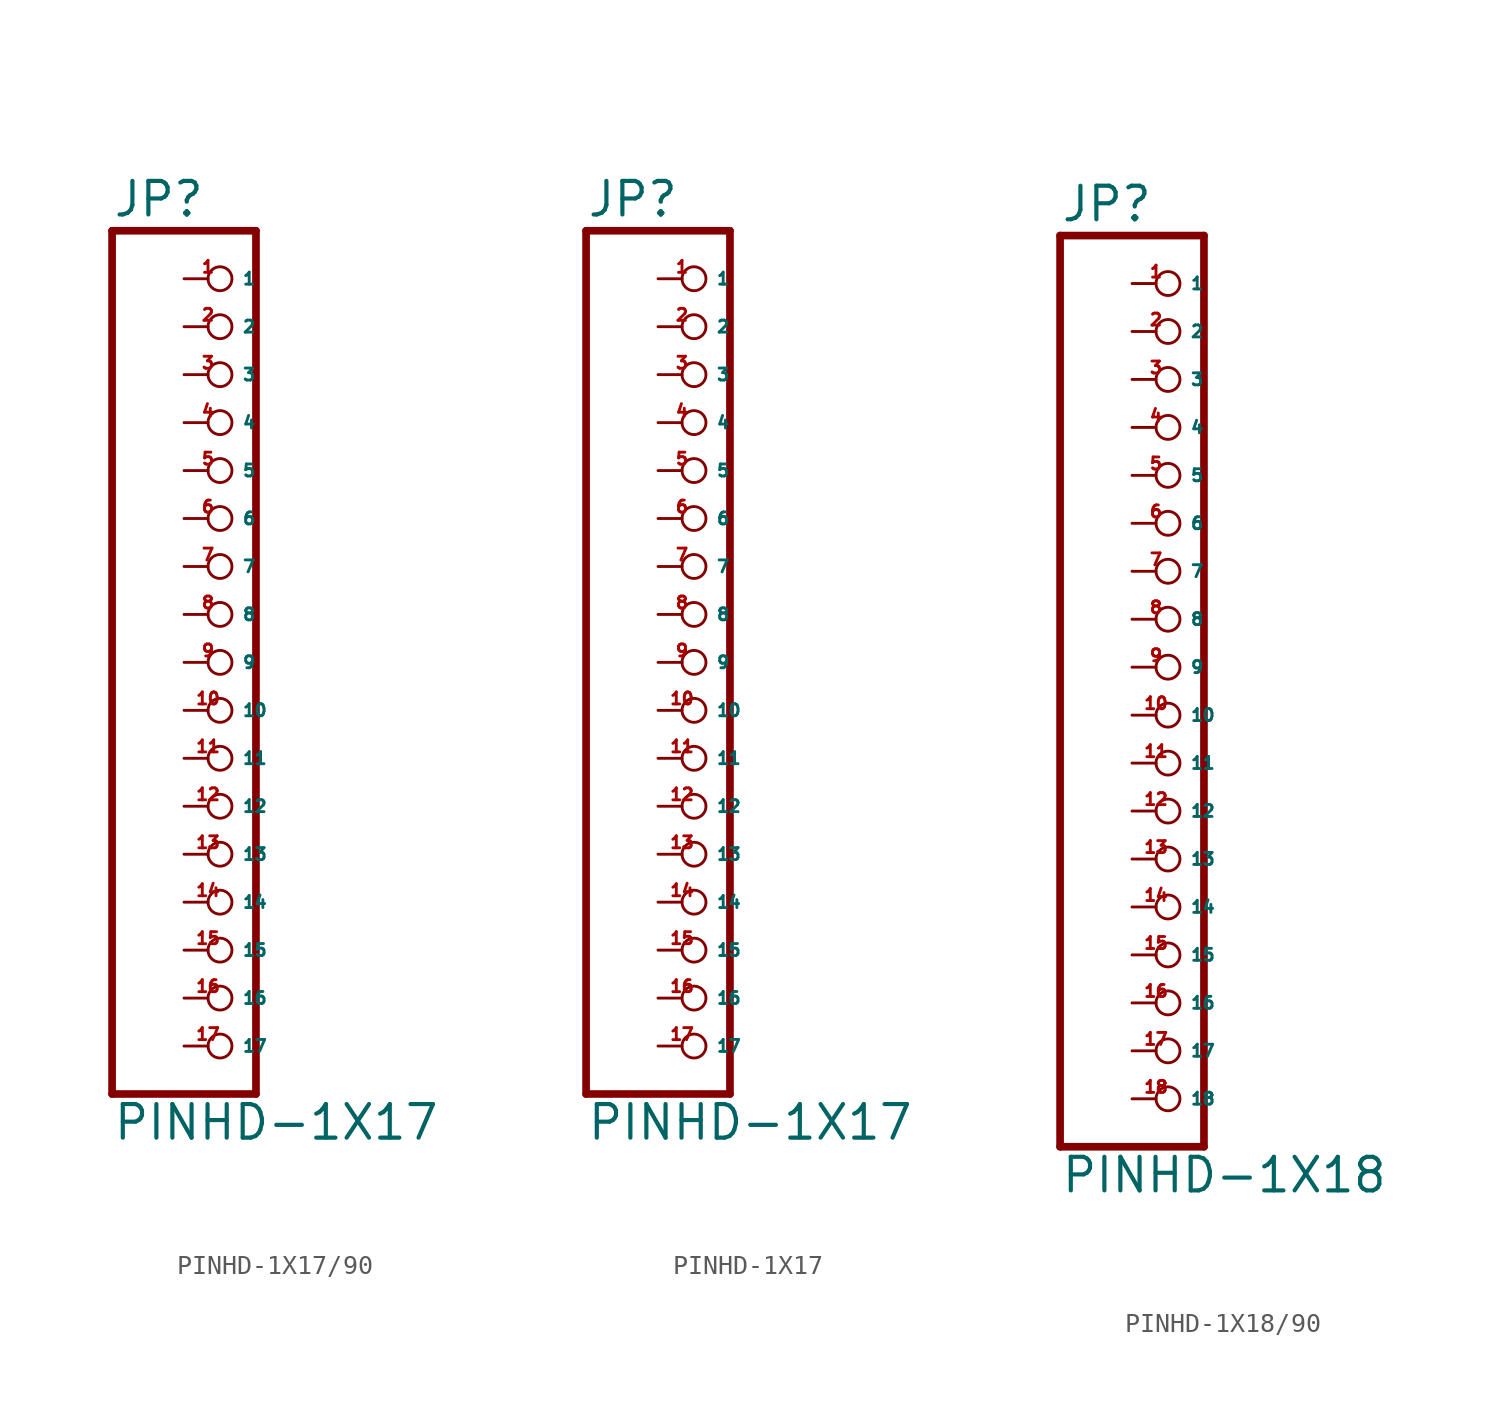
<source format=kicad_sym>
(kicad_symbol_lib
  (version 20220914)
  (generator Eagle2Kicad)
  (symbol "PINHD-1X17/90"
    (property "Reference" "JP"
      (at -6.35 20.955 0)
      (effects (font (size 1.778 1.778) (thickness 0.22)) (justify left bottom)))
    (property "Value" "PINHD-1X17"
      (at -6.35 -27.94 0)
      (effects (font (size 1.778 1.778) (thickness 0.22)) (justify left bottom)))
    (polyline
      (pts (xy -6.35 -25.4) (xy 1.27 -25.4))
      (stroke (width 0.406) (type default))
      (fill (type none)))
    (polyline
      (pts (xy 1.27 -25.4) (xy 1.27 20.32))
      (stroke (width 0.406) (type default))
      (fill (type none)))
    (polyline
      (pts (xy 1.27 20.32) (xy -6.35 20.32))
      (stroke (width 0.406) (type default))
      (fill (type none)))
    (polyline
      (pts (xy -6.35 20.32) (xy -6.35 -25.4))
      (stroke (width 0.406) (type default))
      (fill (type none)))
    (pin passive inverted
      (at -2.54 17.78 0)
      (length 2.54)
      (name "1" (effects (font (size 0.635 0.635) (thickness 0.08)) (justify left bottom)))
      (number "1" (effects (font (size 0.635 0.635) (thickness 0.08)) (justify left bottom))))
    (pin passive inverted
      (at -2.54 15.24 0)
      (length 2.54)
      (name "2" (effects (font (size 0.635 0.635) (thickness 0.08)) (justify left bottom)))
      (number "2" (effects (font (size 0.635 0.635) (thickness 0.08)) (justify left bottom))))
    (pin passive inverted
      (at -2.54 12.7 0)
      (length 2.54)
      (name "3" (effects (font (size 0.635 0.635) (thickness 0.08)) (justify left bottom)))
      (number "3" (effects (font (size 0.635 0.635) (thickness 0.08)) (justify left bottom))))
    (pin passive inverted
      (at -2.54 10.16 0)
      (length 2.54)
      (name "4" (effects (font (size 0.635 0.635) (thickness 0.08)) (justify left bottom)))
      (number "4" (effects (font (size 0.635 0.635) (thickness 0.08)) (justify left bottom))))
    (pin passive inverted
      (at -2.54 7.62 0)
      (length 2.54)
      (name "5" (effects (font (size 0.635 0.635) (thickness 0.08)) (justify left bottom)))
      (number "5" (effects (font (size 0.635 0.635) (thickness 0.08)) (justify left bottom))))
    (pin passive inverted
      (at -2.54 5.08 0)
      (length 2.54)
      (name "6" (effects (font (size 0.635 0.635) (thickness 0.08)) (justify left bottom)))
      (number "6" (effects (font (size 0.635 0.635) (thickness 0.08)) (justify left bottom))))
    (pin passive inverted
      (at -2.54 2.54 0)
      (length 2.54)
      (name "7" (effects (font (size 0.635 0.635) (thickness 0.08)) (justify left bottom)))
      (number "7" (effects (font (size 0.635 0.635) (thickness 0.08)) (justify left bottom))))
    (pin passive inverted
      (at -2.54 0 0)
      (length 2.54)
      (name "8" (effects (font (size 0.635 0.635) (thickness 0.08)) (justify left bottom)))
      (number "8" (effects (font (size 0.635 0.635) (thickness 0.08)) (justify left bottom))))
    (pin passive inverted
      (at -2.54 -2.54 0)
      (length 2.54)
      (name "9" (effects (font (size 0.635 0.635) (thickness 0.08)) (justify left bottom)))
      (number "9" (effects (font (size 0.635 0.635) (thickness 0.08)) (justify left bottom))))
    (pin passive inverted
      (at -2.54 -5.08 0)
      (length 2.54)
      (name "10" (effects (font (size 0.635 0.635) (thickness 0.08)) (justify left bottom)))
      (number "10" (effects (font (size 0.635 0.635) (thickness 0.08)) (justify left bottom))))
    (pin passive inverted
      (at -2.54 -7.62 0)
      (length 2.54)
      (name "11" (effects (font (size 0.635 0.635) (thickness 0.08)) (justify left bottom)))
      (number "11" (effects (font (size 0.635 0.635) (thickness 0.08)) (justify left bottom))))
    (pin passive inverted
      (at -2.54 -10.16 0)
      (length 2.54)
      (name "12" (effects (font (size 0.635 0.635) (thickness 0.08)) (justify left bottom)))
      (number "12" (effects (font (size 0.635 0.635) (thickness 0.08)) (justify left bottom))))
    (pin passive inverted
      (at -2.54 -12.7 0)
      (length 2.54)
      (name "13" (effects (font (size 0.635 0.635) (thickness 0.08)) (justify left bottom)))
      (number "13" (effects (font (size 0.635 0.635) (thickness 0.08)) (justify left bottom))))
    (pin passive inverted
      (at -2.54 -15.24 0)
      (length 2.54)
      (name "14" (effects (font (size 0.635 0.635) (thickness 0.08)) (justify left bottom)))
      (number "14" (effects (font (size 0.635 0.635) (thickness 0.08)) (justify left bottom))))
    (pin passive inverted
      (at -2.54 -17.78 0)
      (length 2.54)
      (name "15" (effects (font (size 0.635 0.635) (thickness 0.08)) (justify left bottom)))
      (number "15" (effects (font (size 0.635 0.635) (thickness 0.08)) (justify left bottom))))
    (pin passive inverted
      (at -2.54 -20.32 0)
      (length 2.54)
      (name "16" (effects (font (size 0.635 0.635) (thickness 0.08)) (justify left bottom)))
      (number "16" (effects (font (size 0.635 0.635) (thickness 0.08)) (justify left bottom))))
    (pin passive inverted
      (at -2.54 -22.86 0)
      (length 2.54)
      (name "17" (effects (font (size 0.635 0.635) (thickness 0.08)) (justify left bottom)))
      (number "17" (effects (font (size 0.635 0.635) (thickness 0.08)) (justify left bottom)))))
  (symbol "PINHD-1X17"
    (property "Reference" "JP"
      (at -6.35 20.955 0)
      (effects (font (size 1.778 1.778) (thickness 0.22)) (justify left bottom)))
    (property "Value" "PINHD-1X17"
      (at -6.35 -27.94 0)
      (effects (font (size 1.778 1.778) (thickness 0.22)) (justify left bottom)))
    (polyline
      (pts (xy -6.35 -25.4) (xy 1.27 -25.4))
      (stroke (width 0.406) (type default))
      (fill (type none)))
    (polyline
      (pts (xy 1.27 -25.4) (xy 1.27 20.32))
      (stroke (width 0.406) (type default))
      (fill (type none)))
    (polyline
      (pts (xy 1.27 20.32) (xy -6.35 20.32))
      (stroke (width 0.406) (type default))
      (fill (type none)))
    (polyline
      (pts (xy -6.35 20.32) (xy -6.35 -25.4))
      (stroke (width 0.406) (type default))
      (fill (type none)))
    (pin passive inverted
      (at -2.54 17.78 0)
      (length 2.54)
      (name "1" (effects (font (size 0.635 0.635) (thickness 0.08)) (justify left bottom)))
      (number "1" (effects (font (size 0.635 0.635) (thickness 0.08)) (justify left bottom))))
    (pin passive inverted
      (at -2.54 15.24 0)
      (length 2.54)
      (name "2" (effects (font (size 0.635 0.635) (thickness 0.08)) (justify left bottom)))
      (number "2" (effects (font (size 0.635 0.635) (thickness 0.08)) (justify left bottom))))
    (pin passive inverted
      (at -2.54 12.7 0)
      (length 2.54)
      (name "3" (effects (font (size 0.635 0.635) (thickness 0.08)) (justify left bottom)))
      (number "3" (effects (font (size 0.635 0.635) (thickness 0.08)) (justify left bottom))))
    (pin passive inverted
      (at -2.54 10.16 0)
      (length 2.54)
      (name "4" (effects (font (size 0.635 0.635) (thickness 0.08)) (justify left bottom)))
      (number "4" (effects (font (size 0.635 0.635) (thickness 0.08)) (justify left bottom))))
    (pin passive inverted
      (at -2.54 7.62 0)
      (length 2.54)
      (name "5" (effects (font (size 0.635 0.635) (thickness 0.08)) (justify left bottom)))
      (number "5" (effects (font (size 0.635 0.635) (thickness 0.08)) (justify left bottom))))
    (pin passive inverted
      (at -2.54 5.08 0)
      (length 2.54)
      (name "6" (effects (font (size 0.635 0.635) (thickness 0.08)) (justify left bottom)))
      (number "6" (effects (font (size 0.635 0.635) (thickness 0.08)) (justify left bottom))))
    (pin passive inverted
      (at -2.54 2.54 0)
      (length 2.54)
      (name "7" (effects (font (size 0.635 0.635) (thickness 0.08)) (justify left bottom)))
      (number "7" (effects (font (size 0.635 0.635) (thickness 0.08)) (justify left bottom))))
    (pin passive inverted
      (at -2.54 0 0)
      (length 2.54)
      (name "8" (effects (font (size 0.635 0.635) (thickness 0.08)) (justify left bottom)))
      (number "8" (effects (font (size 0.635 0.635) (thickness 0.08)) (justify left bottom))))
    (pin passive inverted
      (at -2.54 -2.54 0)
      (length 2.54)
      (name "9" (effects (font (size 0.635 0.635) (thickness 0.08)) (justify left bottom)))
      (number "9" (effects (font (size 0.635 0.635) (thickness 0.08)) (justify left bottom))))
    (pin passive inverted
      (at -2.54 -5.08 0)
      (length 2.54)
      (name "10" (effects (font (size 0.635 0.635) (thickness 0.08)) (justify left bottom)))
      (number "10" (effects (font (size 0.635 0.635) (thickness 0.08)) (justify left bottom))))
    (pin passive inverted
      (at -2.54 -7.62 0)
      (length 2.54)
      (name "11" (effects (font (size 0.635 0.635) (thickness 0.08)) (justify left bottom)))
      (number "11" (effects (font (size 0.635 0.635) (thickness 0.08)) (justify left bottom))))
    (pin passive inverted
      (at -2.54 -10.16 0)
      (length 2.54)
      (name "12" (effects (font (size 0.635 0.635) (thickness 0.08)) (justify left bottom)))
      (number "12" (effects (font (size 0.635 0.635) (thickness 0.08)) (justify left bottom))))
    (pin passive inverted
      (at -2.54 -12.7 0)
      (length 2.54)
      (name "13" (effects (font (size 0.635 0.635) (thickness 0.08)) (justify left bottom)))
      (number "13" (effects (font (size 0.635 0.635) (thickness 0.08)) (justify left bottom))))
    (pin passive inverted
      (at -2.54 -15.24 0)
      (length 2.54)
      (name "14" (effects (font (size 0.635 0.635) (thickness 0.08)) (justify left bottom)))
      (number "14" (effects (font (size 0.635 0.635) (thickness 0.08)) (justify left bottom))))
    (pin passive inverted
      (at -2.54 -17.78 0)
      (length 2.54)
      (name "15" (effects (font (size 0.635 0.635) (thickness 0.08)) (justify left bottom)))
      (number "15" (effects (font (size 0.635 0.635) (thickness 0.08)) (justify left bottom))))
    (pin passive inverted
      (at -2.54 -20.32 0)
      (length 2.54)
      (name "16" (effects (font (size 0.635 0.635) (thickness 0.08)) (justify left bottom)))
      (number "16" (effects (font (size 0.635 0.635) (thickness 0.08)) (justify left bottom))))
    (pin passive inverted
      (at -2.54 -22.86 0)
      (length 2.54)
      (name "17" (effects (font (size 0.635 0.635) (thickness 0.08)) (justify left bottom)))
      (number "17" (effects (font (size 0.635 0.635) (thickness 0.08)) (justify left bottom)))))
  (symbol "PINHD-1X18/90"
    (property "Reference" "JP"
      (at -6.35 23.495 0)
      (effects (font (size 1.778 1.778) (thickness 0.22)) (justify left bottom)))
    (property "Value" "PINHD-1X18"
      (at -6.35 -27.94 0)
      (effects (font (size 1.778 1.778) (thickness 0.22)) (justify left bottom)))
    (polyline
      (pts (xy -6.35 -25.4) (xy 1.27 -25.4))
      (stroke (width 0.406) (type default))
      (fill (type none)))
    (polyline
      (pts (xy 1.27 -25.4) (xy 1.27 22.86))
      (stroke (width 0.406) (type default))
      (fill (type none)))
    (polyline
      (pts (xy 1.27 22.86) (xy -6.35 22.86))
      (stroke (width 0.406) (type default))
      (fill (type none)))
    (polyline
      (pts (xy -6.35 22.86) (xy -6.35 -25.4))
      (stroke (width 0.406) (type default))
      (fill (type none)))
    (pin passive inverted
      (at -2.54 20.32 0)
      (length 2.54)
      (name "1" (effects (font (size 0.635 0.635) (thickness 0.08)) (justify left bottom)))
      (number "1" (effects (font (size 0.635 0.635) (thickness 0.08)) (justify left bottom))))
    (pin passive inverted
      (at -2.54 17.78 0)
      (length 2.54)
      (name "2" (effects (font (size 0.635 0.635) (thickness 0.08)) (justify left bottom)))
      (number "2" (effects (font (size 0.635 0.635) (thickness 0.08)) (justify left bottom))))
    (pin passive inverted
      (at -2.54 15.24 0)
      (length 2.54)
      (name "3" (effects (font (size 0.635 0.635) (thickness 0.08)) (justify left bottom)))
      (number "3" (effects (font (size 0.635 0.635) (thickness 0.08)) (justify left bottom))))
    (pin passive inverted
      (at -2.54 12.7 0)
      (length 2.54)
      (name "4" (effects (font (size 0.635 0.635) (thickness 0.08)) (justify left bottom)))
      (number "4" (effects (font (size 0.635 0.635) (thickness 0.08)) (justify left bottom))))
    (pin passive inverted
      (at -2.54 10.16 0)
      (length 2.54)
      (name "5" (effects (font (size 0.635 0.635) (thickness 0.08)) (justify left bottom)))
      (number "5" (effects (font (size 0.635 0.635) (thickness 0.08)) (justify left bottom))))
    (pin passive inverted
      (at -2.54 7.62 0)
      (length 2.54)
      (name "6" (effects (font (size 0.635 0.635) (thickness 0.08)) (justify left bottom)))
      (number "6" (effects (font (size 0.635 0.635) (thickness 0.08)) (justify left bottom))))
    (pin passive inverted
      (at -2.54 5.08 0)
      (length 2.54)
      (name "7" (effects (font (size 0.635 0.635) (thickness 0.08)) (justify left bottom)))
      (number "7" (effects (font (size 0.635 0.635) (thickness 0.08)) (justify left bottom))))
    (pin passive inverted
      (at -2.54 2.54 0)
      (length 2.54)
      (name "8" (effects (font (size 0.635 0.635) (thickness 0.08)) (justify left bottom)))
      (number "8" (effects (font (size 0.635 0.635) (thickness 0.08)) (justify left bottom))))
    (pin passive inverted
      (at -2.54 0 0)
      (length 2.54)
      (name "9" (effects (font (size 0.635 0.635) (thickness 0.08)) (justify left bottom)))
      (number "9" (effects (font (size 0.635 0.635) (thickness 0.08)) (justify left bottom))))
    (pin passive inverted
      (at -2.54 -2.54 0)
      (length 2.54)
      (name "10" (effects (font (size 0.635 0.635) (thickness 0.08)) (justify left bottom)))
      (number "10" (effects (font (size 0.635 0.635) (thickness 0.08)) (justify left bottom))))
    (pin passive inverted
      (at -2.54 -5.08 0)
      (length 2.54)
      (name "11" (effects (font (size 0.635 0.635) (thickness 0.08)) (justify left bottom)))
      (number "11" (effects (font (size 0.635 0.635) (thickness 0.08)) (justify left bottom))))
    (pin passive inverted
      (at -2.54 -7.62 0)
      (length 2.54)
      (name "12" (effects (font (size 0.635 0.635) (thickness 0.08)) (justify left bottom)))
      (number "12" (effects (font (size 0.635 0.635) (thickness 0.08)) (justify left bottom))))
    (pin passive inverted
      (at -2.54 -10.16 0)
      (length 2.54)
      (name "13" (effects (font (size 0.635 0.635) (thickness 0.08)) (justify left bottom)))
      (number "13" (effects (font (size 0.635 0.635) (thickness 0.08)) (justify left bottom))))
    (pin passive inverted
      (at -2.54 -12.7 0)
      (length 2.54)
      (name "14" (effects (font (size 0.635 0.635) (thickness 0.08)) (justify left bottom)))
      (number "14" (effects (font (size 0.635 0.635) (thickness 0.08)) (justify left bottom))))
    (pin passive inverted
      (at -2.54 -15.24 0)
      (length 2.54)
      (name "15" (effects (font (size 0.635 0.635) (thickness 0.08)) (justify left bottom)))
      (number "15" (effects (font (size 0.635 0.635) (thickness 0.08)) (justify left bottom))))
    (pin passive inverted
      (at -2.54 -17.78 0)
      (length 2.54)
      (name "16" (effects (font (size 0.635 0.635) (thickness 0.08)) (justify left bottom)))
      (number "16" (effects (font (size 0.635 0.635) (thickness 0.08)) (justify left bottom))))
    (pin passive inverted
      (at -2.54 -20.32 0)
      (length 2.54)
      (name "17" (effects (font (size 0.635 0.635) (thickness 0.08)) (justify left bottom)))
      (number "17" (effects (font (size 0.635 0.635) (thickness 0.08)) (justify left bottom))))
    (pin passive inverted
      (at -2.54 -22.86 0)
      (length 2.54)
      (name "18" (effects (font (size 0.635 0.635) (thickness 0.08)) (justify left bottom)))
      (number "18" (effects (font (size 0.635 0.635) (thickness 0.08)) (justify left bottom))))))
</source>
